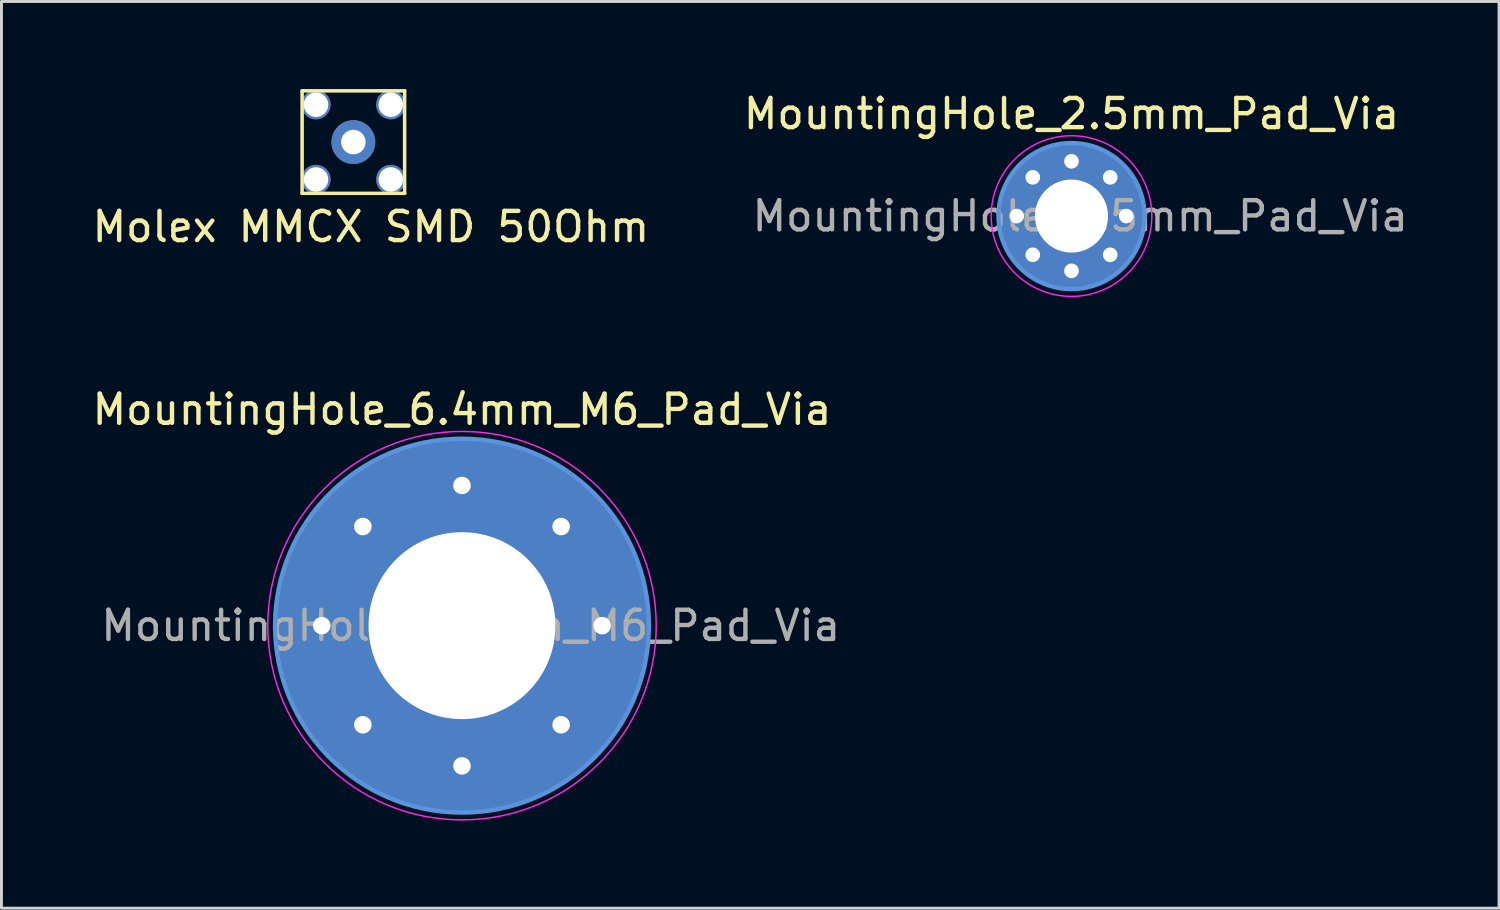
<source format=kicad_pcb>
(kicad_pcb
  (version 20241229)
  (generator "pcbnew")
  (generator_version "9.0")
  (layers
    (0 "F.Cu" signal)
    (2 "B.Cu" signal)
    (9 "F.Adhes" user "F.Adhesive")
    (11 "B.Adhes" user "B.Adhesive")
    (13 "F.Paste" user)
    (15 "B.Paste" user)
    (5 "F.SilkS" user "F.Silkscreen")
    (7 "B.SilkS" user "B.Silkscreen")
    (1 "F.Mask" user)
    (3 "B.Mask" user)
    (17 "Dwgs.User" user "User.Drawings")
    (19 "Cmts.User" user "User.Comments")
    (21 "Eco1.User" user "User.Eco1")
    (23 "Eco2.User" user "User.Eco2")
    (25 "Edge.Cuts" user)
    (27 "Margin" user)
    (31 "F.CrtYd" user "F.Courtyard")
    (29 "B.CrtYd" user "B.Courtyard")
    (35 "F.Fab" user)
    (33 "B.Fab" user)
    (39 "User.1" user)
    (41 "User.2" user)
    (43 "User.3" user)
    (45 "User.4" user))
  (footprint "Molex MMCX SMD 50Ohm"
    (layer "F.Cu")
    (at 9.049 1.815)
    (property "Reference" "Molex MMCX SMD 50Ohm" (at 0.6 2.9 0) (layer "F.SilkS") (effects (font (size 1 1) (thickness 0.15))))
    (attr through_hole)
    (fp_line (start -1.755 -1.755) (end -1.755 1.755) (stroke (width 0.12) (type solid)) (layer "F.SilkS"))
    (fp_line (start -1.755 -1.755) (end 1.755 -1.755) (stroke (width 0.12) (type solid)) (layer "F.SilkS"))
    (fp_line (start -1.755 1.755) (end 1.755 1.755) (stroke (width 0.12) (type solid)) (layer "F.SilkS"))
    (fp_line (start 1.755 -1.755) (end 1.755 1.755) (stroke (width 0.12) (type solid)) (layer "F.SilkS"))
    (pad "1" thru_hole circle (at -1.28 -1.28) (size 1 1) (drill 0.84) (layers "*.Cu" "*.Mask"))
    (pad "1" thru_hole circle (at -1.28 1.28) (size 1 1) (drill 0.84) (layers "*.Cu" "*.Mask"))
    (pad "1" thru_hole circle (at 0 0) (size 1.5 1.5) (drill 0.84) (layers "*.Cu" "*.Mask"))
    (pad "1" thru_hole circle (at 1.28 -1.28) (size 1 1) (drill 0.84) (layers "*.Cu" "*.Mask"))
    (pad "1" thru_hole circle (at 1.28 1.28) (size 1 1) (drill 0.84) (layers "*.Cu" "*.Mask")))
  (footprint "MountingHole_6.4mm_M6_Pad_Via"
    (layer "F.Cu")
    (at 12.768 18.372)
    (property "Reference" "MountingHole_6.4mm_M6_Pad_Via" (at 0 -7.4 0) (layer "F.SilkS") (effects (font (size 1 1) (thickness 0.15))))
    (attr exclude_from_pos_files exclude_from_bom)
    (fp_circle (center 0 0) (end 6.4 0) (stroke (width 0.15) (type solid)) (fill no) (layer "Cmts.User"))
    (fp_circle (center 0 0) (end 6.65 0) (stroke (width 0.05) (type solid)) (fill no) (layer "F.CrtYd"))
    (fp_text user "${REFERENCE}" (at 0.3 0 0) (layer "F.Fab") (effects (font (size 1 1) (thickness 0.15))))
    (pad "1" thru_hole circle (at -4.8 0) (size 0.9 0.9) (drill 0.6) (layers "*.Cu" "*.Mask"))
    (pad "1" thru_hole circle (at -3.394 -3.394) (size 0.9 0.9) (drill 0.6) (layers "*.Cu" "*.Mask"))
    (pad "1" thru_hole circle (at -3.394 3.394) (size 0.9 0.9) (drill 0.6) (layers "*.Cu" "*.Mask"))
    (pad "1" thru_hole circle (at 0 -4.8) (size 0.9 0.9) (drill 0.6) (layers "*.Cu" "*.Mask"))
    (pad "1" thru_hole circle (at 0 0) (size 12.8 12.8) (drill 6.4) (layers "*.Cu" "*.Mask"))
    (pad "1" thru_hole circle (at 0 4.8) (size 0.9 0.9) (drill 0.6) (layers "*.Cu" "*.Mask"))
    (pad "1" thru_hole circle (at 3.394 -3.394) (size 0.9 0.9) (drill 0.6) (layers "*.Cu" "*.Mask"))
    (pad "1" thru_hole circle (at 3.394 3.394) (size 0.9 0.9) (drill 0.6) (layers "*.Cu" "*.Mask"))
    (pad "1" thru_hole circle (at 4.8 0) (size 0.9 0.9) (drill 0.6) (layers "*.Cu" "*.Mask")))
  (footprint "MountingHole_2.5mm_Pad_Via"
    (layer "F.Cu")
    (at 33.637 4.348)
    (property "Reference" "MountingHole_2.5mm_Pad_Via" (at 0 -3.5 0) (layer "F.SilkS") (effects (font (size 1 1) (thickness 0.15))))
    (attr exclude_from_pos_files exclude_from_bom)
    (fp_circle (center 0 0) (end 2.5 0) (stroke (width 0.15) (type solid)) (fill no) (layer "Cmts.User"))
    (fp_circle (center 0 0) (end 2.75 0) (stroke (width 0.05) (type solid)) (fill no) (layer "F.CrtYd"))
    (fp_text user "${REFERENCE}" (at 0.3 0 0) (layer "F.Fab") (effects (font (size 1 1) (thickness 0.15))))
    (pad "1" thru_hole circle (at -1.875 0) (size 0.8 0.8) (drill 0.5) (layers "*.Cu" "*.Mask"))
    (pad "1" thru_hole circle (at -1.326 -1.326) (size 0.8 0.8) (drill 0.5) (layers "*.Cu" "*.Mask"))
    (pad "1" thru_hole circle (at -1.326 1.326) (size 0.8 0.8) (drill 0.5) (layers "*.Cu" "*.Mask"))
    (pad "1" thru_hole circle (at 0 -1.875) (size 0.8 0.8) (drill 0.5) (layers "*.Cu" "*.Mask"))
    (pad "1" thru_hole circle (at 0 0) (size 5 5) (drill 2.5) (layers "*.Cu" "*.Mask"))
    (pad "1" thru_hole circle (at 0 1.875) (size 0.8 0.8) (drill 0.5) (layers "*.Cu" "*.Mask"))
    (pad "1" thru_hole circle (at 1.326 -1.326) (size 0.8 0.8) (drill 0.5) (layers "*.Cu" "*.Mask"))
    (pad "1" thru_hole circle (at 1.326 1.326) (size 0.8 0.8) (drill 0.5) (layers "*.Cu" "*.Mask"))
    (pad "1" thru_hole circle (at 1.875 0) (size 0.8 0.8) (drill 0.5) (layers "*.Cu" "*.Mask")))
  (gr_rect
    (start -3 -3)
    (end 48.276 28.047)
    (stroke (width 0.1) (type default))
    (fill no)
    (layer "Edge.Cuts")))
</source>
